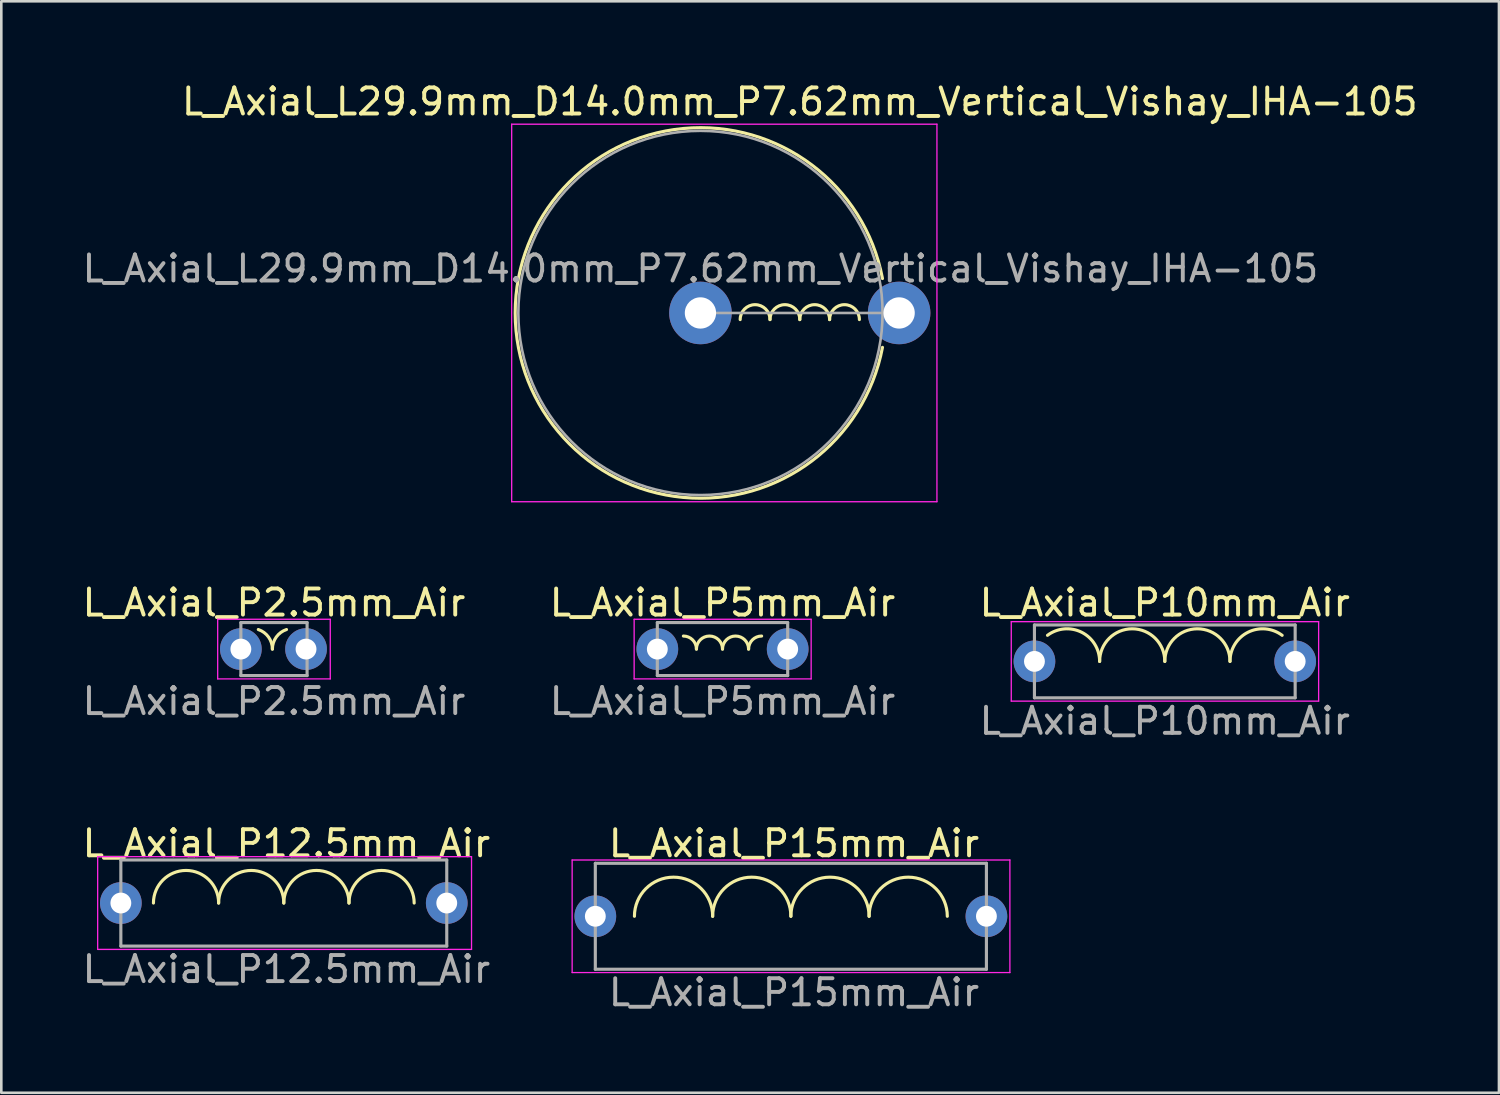
<source format=kicad_pcb>
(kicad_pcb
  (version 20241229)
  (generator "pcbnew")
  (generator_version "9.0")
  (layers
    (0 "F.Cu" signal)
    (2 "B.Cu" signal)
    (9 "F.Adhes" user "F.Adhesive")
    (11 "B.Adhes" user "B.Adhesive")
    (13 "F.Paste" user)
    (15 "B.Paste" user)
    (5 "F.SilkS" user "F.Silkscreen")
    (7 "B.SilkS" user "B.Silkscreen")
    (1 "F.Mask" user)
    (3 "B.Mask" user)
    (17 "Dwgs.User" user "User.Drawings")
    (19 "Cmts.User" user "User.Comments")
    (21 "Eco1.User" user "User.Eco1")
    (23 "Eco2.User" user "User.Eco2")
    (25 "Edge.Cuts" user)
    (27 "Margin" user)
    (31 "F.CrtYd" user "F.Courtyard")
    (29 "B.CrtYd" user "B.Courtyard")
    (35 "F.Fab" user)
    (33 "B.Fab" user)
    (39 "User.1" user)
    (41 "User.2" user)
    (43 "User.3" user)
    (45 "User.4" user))
  (footprint "L_Axial_P5mm_Air"
    (layer "F.Cu")
    (at 22.161 21.845)
    (property "Reference" "L_Axial_P5mm_Air" (at 2.5 -1.778 0) (layer "F.SilkS") (effects (font (size 1 1) (thickness 0.15))))
    (attr through_hole)
    (fp_arc (start 1 -0.5) (mid 1.353553 -0.353553) (end 1.5 0) (stroke (width 0.12) (type solid)) (layer "F.SilkS"))
    (fp_arc (start 1.5 0) (mid 2 -0.5) (end 2.5 0) (stroke (width 0.12) (type solid)) (layer "F.SilkS"))
    (fp_arc (start 2.5 0) (mid 3 -0.5) (end 3.5 0) (stroke (width 0.12) (type solid)) (layer "F.SilkS"))
    (fp_arc (start 3.5 0) (mid 3.646447 -0.353553) (end 4 -0.5) (stroke (width 0.12) (type solid)) (layer "F.SilkS"))
    (fp_line (start -0.889 -1.143) (end -0.889 1.143) (stroke (width 0.05) (type solid)) (layer "F.CrtYd"))
    (fp_line (start -0.889 1.143) (end 5.9 1.143) (stroke (width 0.05) (type solid)) (layer "F.CrtYd"))
    (fp_line (start 5.9 -1.143) (end -0.889 -1.143) (stroke (width 0.05) (type solid)) (layer "F.CrtYd"))
    (fp_line (start 5.9 1.143) (end 5.9 -1.143) (stroke (width 0.05) (type solid)) (layer "F.CrtYd"))
    (fp_line (start 0 -1.016) (end 0 1.016) (stroke (width 0.12) (type solid)) (layer "F.Fab"))
    (fp_line (start 0 1.016) (end 5 1.016) (stroke (width 0.12) (type solid)) (layer "F.Fab"))
    (fp_line (start 5 -1.016) (end 0 -1.016) (stroke (width 0.12) (type solid)) (layer "F.Fab"))
    (fp_line (start 5 1.016) (end 5 -1.016) (stroke (width 0.12) (type solid)) (layer "F.Fab"))
    (fp_text user "${REFERENCE}" (at 2.5 2 0) (layer "F.Fab") (effects (font (size 1 1) (thickness 0.15))))
    (pad "1" thru_hole circle (at 0 0) (size 1.6 1.6) (drill 0.8) (layers "*.Cu" "*.Mask"))
    (pad "2" thru_hole oval (at 5 0) (size 1.6 1.6) (drill 0.8) (layers "*.Cu" "*.Mask")))
  (footprint "L_Axial_P10mm_Air"
    (layer "F.Cu")
    (at 36.625 22.317)
    (property "Reference" "L_Axial_P10mm_Air" (at 5 -2.25 0) (layer "F.SilkS") (effects (font (size 1 1) (thickness 0.15))))
    (attr through_hole)
    (fp_arc (start 0.5 -1) (mid 1.809017 -1.118034) (end 2.5 0) (stroke (width 0.12) (type solid)) (layer "F.SilkS"))
    (fp_arc (start 2.5 0) (mid 3.75 -1.25) (end 5 0) (stroke (width 0.12) (type solid)) (layer "F.SilkS"))
    (fp_arc (start 5 0) (mid 6.25 -1.25) (end 7.5 0) (stroke (width 0.12) (type solid)) (layer "F.SilkS"))
    (fp_arc (start 7.5 0) (mid 8.191277 -1.118181) (end 9.500525 -0.999606) (stroke (width 0.12) (type solid)) (layer "F.SilkS"))
    (fp_line (start -0.889 -1.524) (end -0.889 1.524) (stroke (width 0.05) (type solid)) (layer "F.CrtYd"))
    (fp_line (start -0.889 1.524) (end 10.9 1.524) (stroke (width 0.05) (type solid)) (layer "F.CrtYd"))
    (fp_line (start 10.9 -1.524) (end -0.889 -1.524) (stroke (width 0.05) (type solid)) (layer "F.CrtYd"))
    (fp_line (start 10.9 1.524) (end 10.9 -1.524) (stroke (width 0.05) (type solid)) (layer "F.CrtYd"))
    (fp_line (start 0 -1.397) (end 0 1.397) (stroke (width 0.12) (type solid)) (layer "F.Fab"))
    (fp_line (start 0 1.397) (end 10 1.397) (stroke (width 0.12) (type solid)) (layer "F.Fab"))
    (fp_line (start 10 -1.397) (end 0 -1.397) (stroke (width 0.12) (type solid)) (layer "F.Fab"))
    (fp_line (start 10 1.397) (end 10 -1.397) (stroke (width 0.12) (type solid)) (layer "F.Fab"))
    (fp_text user "${REFERENCE}" (at 5 2.286 0) (layer "F.Fab") (effects (font (size 1 1) (thickness 0.15))))
    (pad "1" thru_hole circle (at 0 0) (size 1.6 1.6) (drill 0.8) (layers "*.Cu" "*.Mask"))
    (pad "2" thru_hole oval (at 10 0) (size 1.6 1.6) (drill 0.8) (layers "*.Cu" "*.Mask")))
  (footprint "L_Axial_P12.5mm_Air"
    (layer "F.Cu")
    (at 1.585 31.585)
    (property "Reference" "L_Axial_P12.5mm_Air" (at 6.35 -2.286 0) (layer "F.SilkS") (effects (font (size 1 1) (thickness 0.15))))
    (attr through_hole)
    (fp_arc (start 1.25 0) (mid 2.5 -1.25) (end 3.75 0) (stroke (width 0.12) (type solid)) (layer "F.SilkS"))
    (fp_arc (start 3.75 0) (mid 5 -1.25) (end 6.25 0) (stroke (width 0.12) (type solid)) (layer "F.SilkS"))
    (fp_arc (start 6.25 0) (mid 7.5 -1.25) (end 8.75 0) (stroke (width 0.12) (type solid)) (layer "F.SilkS"))
    (fp_arc (start 8.75 0) (mid 10 -1.25) (end 11.25 0) (stroke (width 0.12) (type solid)) (layer "F.SilkS"))
    (fp_line (start -0.889 -1.778) (end -0.889 1.778) (stroke (width 0.05) (type solid)) (layer "F.CrtYd"))
    (fp_line (start -0.889 1.778) (end 13.45 1.778) (stroke (width 0.05) (type solid)) (layer "F.CrtYd"))
    (fp_line (start 13.45 -1.778) (end -0.889 -1.778) (stroke (width 0.05) (type solid)) (layer "F.CrtYd"))
    (fp_line (start 13.45 1.778) (end 13.45 -1.778) (stroke (width 0.05) (type solid)) (layer "F.CrtYd"))
    (fp_line (start 0 -1.651) (end 0 1.651) (stroke (width 0.12) (type solid)) (layer "F.Fab"))
    (fp_line (start 0 1.651) (end 12.5 1.651) (stroke (width 0.12) (type solid)) (layer "F.Fab"))
    (fp_line (start 12.5 -1.651) (end 0 -1.651) (stroke (width 0.12) (type solid)) (layer "F.Fab"))
    (fp_line (start 12.5 1.651) (end 12.5 -1.651) (stroke (width 0.12) (type solid)) (layer "F.Fab"))
    (fp_text user "${REFERENCE}" (at 6.35 2.54 0) (layer "F.Fab") (effects (font (size 1 1) (thickness 0.15))))
    (pad "1" thru_hole circle (at 0 0) (size 1.6 1.6) (drill 0.8) (layers "*.Cu" "*.Mask"))
    (pad "2" thru_hole oval (at 12.5 0) (size 1.6 1.6) (drill 0.8) (layers "*.Cu" "*.Mask")))
  (footprint "L_Axial_P15mm_Air"
    (layer "F.Cu")
    (at 19.783 32.093)
    (property "Reference" "L_Axial_P15mm_Air" (at 7.62 -2.794 0) (layer "F.SilkS") (effects (font (size 1 1) (thickness 0.15))))
    (attr through_hole)
    (fp_arc (start 1.5 0) (mid 3 -1.5) (end 4.5 0) (stroke (width 0.12) (type solid)) (layer "F.SilkS"))
    (fp_arc (start 4.5 0) (mid 6 -1.5) (end 7.5 0) (stroke (width 0.12) (type solid)) (layer "F.SilkS"))
    (fp_arc (start 7.5 0) (mid 9 -1.5) (end 10.5 0) (stroke (width 0.12) (type solid)) (layer "F.SilkS"))
    (fp_arc (start 10.5 0) (mid 12 -1.5) (end 13.5 0) (stroke (width 0.12) (type solid)) (layer "F.SilkS"))
    (fp_line (start -0.889 -2.159) (end -0.889 2.159) (stroke (width 0.05) (type solid)) (layer "F.CrtYd"))
    (fp_line (start -0.889 2.159) (end 15.9 2.159) (stroke (width 0.05) (type solid)) (layer "F.CrtYd"))
    (fp_line (start 15.9 -2.159) (end -0.889 -2.159) (stroke (width 0.05) (type solid)) (layer "F.CrtYd"))
    (fp_line (start 15.9 2.159) (end 15.9 -2.159) (stroke (width 0.05) (type solid)) (layer "F.CrtYd"))
    (fp_line (start 0 -2.032) (end 15 -2.032) (stroke (width 0.12) (type solid)) (layer "F.Fab"))
    (fp_line (start 0 0) (end 0 -2.032) (stroke (width 0.12) (type solid)) (layer "F.Fab"))
    (fp_line (start 0 2.032) (end 0 0) (stroke (width 0.12) (type solid)) (layer "F.Fab"))
    (fp_line (start 0 2.032) (end 15 2.032) (stroke (width 0.12) (type solid)) (layer "F.Fab"))
    (fp_line (start 15 -2.032) (end 15 0) (stroke (width 0.12) (type solid)) (layer "F.Fab"))
    (fp_line (start 15 2.032) (end 15 0) (stroke (width 0.12) (type solid)) (layer "F.Fab"))
    (fp_text user "${REFERENCE}" (at 7.62 2.921 0) (layer "F.Fab") (effects (font (size 1 1) (thickness 0.15))))
    (pad "1" thru_hole circle (at 0 0) (size 1.6 1.6) (drill 0.8) (layers "*.Cu" "*.Mask"))
    (pad "2" thru_hole oval (at 15 0) (size 1.6 1.6) (drill 0.8) (layers "*.Cu" "*.Mask")))
  (footprint "L_Axial_L29.9mm_D14.0mm_P7.62mm_Vertical_Vishay_IHA-105"
    (layer "F.Cu")
    (at 23.815 8.953)
    (property "Reference" "L_Axial_L29.9mm_D14.0mm_P7.62mm_Vertical_Vishay_IHA-105" (at 3.81 -8.105 0) (layer "F.SilkS") (effects (font (size 1 1) (thickness 0.15))))
    (attr through_hole)
    (fp_arc (start 1.524 0.254) (mid 2.0955 -0.3175) (end 2.667 0.254) (stroke (width 0.12) (type solid)) (layer "F.SilkS"))
    (fp_arc (start 2.667 0.254) (mid 3.2385 -0.3175) (end 3.81 0.254) (stroke (width 0.12) (type solid)) (layer "F.SilkS"))
    (fp_arc (start 3.81 0.254) (mid 4.3815 -0.3175) (end 4.953 0.254) (stroke (width 0.12) (type solid)) (layer "F.SilkS"))
    (fp_arc (start 4.953 0.254) (mid 5.5245 -0.3175) (end 6.096 0.254) (stroke (width 0.12) (type solid)) (layer "F.SilkS"))
    (fp_arc (start 6.981305 1.32) (mid -7.105 0) (end 6.981305 -1.32) (stroke (width 0.12) (type solid)) (layer "F.SilkS"))
    (fp_line (start -7.24 -7.24) (end -7.24 7.24) (stroke (width 0.05) (type solid)) (layer "F.CrtYd"))
    (fp_line (start -7.24 7.24) (end 9.07 7.24) (stroke (width 0.05) (type solid)) (layer "F.CrtYd"))
    (fp_line (start 9.07 -7.24) (end -7.24 -7.24) (stroke (width 0.05) (type solid)) (layer "F.CrtYd"))
    (fp_line (start 9.07 7.24) (end 9.07 -7.24) (stroke (width 0.05) (type solid)) (layer "F.CrtYd"))
    (fp_line (start 0 0) (end 7.62 0) (stroke (width 0.1) (type solid)) (layer "F.Fab"))
    (fp_circle (center 0 0) (end 6.985 0) (stroke (width 0.1) (type solid)) (fill no) (layer "F.Fab"))
    (fp_text user "${REFERENCE}" (at 0 -1.7 0) (layer "F.Fab") (effects (font (size 1 1) (thickness 0.15))))
    (pad "1" thru_hole circle (at 0 0) (size 2.4 2.4) (drill 1.2) (layers "*.Cu" "*.Mask"))
    (pad "2" thru_hole oval (at 7.62 0) (size 2.4 2.4) (drill 1.2) (layers "*.Cu" "*.Mask")))
  (footprint "L_Axial_P2.5mm_Air"
    (layer "F.Cu")
    (at 6.188 21.845)
    (property "Reference" "L_Axial_P2.5mm_Air" (at 1.27 -1.778 0) (layer "F.SilkS") (effects (font (size 1 1) (thickness 0.15))))
    (attr through_hole)
    (fp_arc (start 0.668863 -0.750001) (mid 1.060347 -0.46206) (end 1.209432 0.00048) (stroke (width 0.12) (type solid)) (layer "F.SilkS"))
    (fp_arc (start 1.209432 -0.000001) (mid 1.358658 -0.462254) (end 1.750001 -0.749999) (stroke (width 0.12) (type solid)) (layer "F.SilkS"))
    (fp_line (start -0.889 -1.143) (end -0.889 1.143) (stroke (width 0.05) (type solid)) (layer "F.CrtYd"))
    (fp_line (start -0.889 1.143) (end 3.429 1.143) (stroke (width 0.05) (type solid)) (layer "F.CrtYd"))
    (fp_line (start 3.429 -1.143) (end -0.889 -1.143) (stroke (width 0.05) (type solid)) (layer "F.CrtYd"))
    (fp_line (start 3.429 1.143) (end 3.429 -1.143) (stroke (width 0.05) (type solid)) (layer "F.CrtYd"))
    (fp_line (start 0 -1.016) (end 2.54 -1.016) (stroke (width 0.12) (type solid)) (layer "F.Fab"))
    (fp_line (start 0 0) (end 0 -1.016) (stroke (width 0.12) (type solid)) (layer "F.Fab"))
    (fp_line (start 0 1.016) (end 0 0) (stroke (width 0.12) (type solid)) (layer "F.Fab"))
    (fp_line (start 2.54 -1.016) (end 2.54 1.016) (stroke (width 0.12) (type solid)) (layer "F.Fab"))
    (fp_line (start 2.54 1.016) (end 0 1.016) (stroke (width 0.12) (type solid)) (layer "F.Fab"))
    (fp_text user "${REFERENCE}" (at 1.27 2 0) (layer "F.Fab") (effects (font (size 1 1) (thickness 0.15))))
    (pad "1" thru_hole circle (at 0 0) (size 1.6 1.6) (drill 0.8) (layers "*.Cu" "*.Mask"))
    (pad "2" thru_hole oval (at 2.5 0) (size 1.6 1.6) (drill 0.8) (layers "*.Cu" "*.Mask")))
  (gr_rect
    (start -3 -3)
    (end 54.441 38.862)
    (stroke (width 0.1) (type default))
    (fill no)
    (layer "Edge.Cuts")))
</source>
